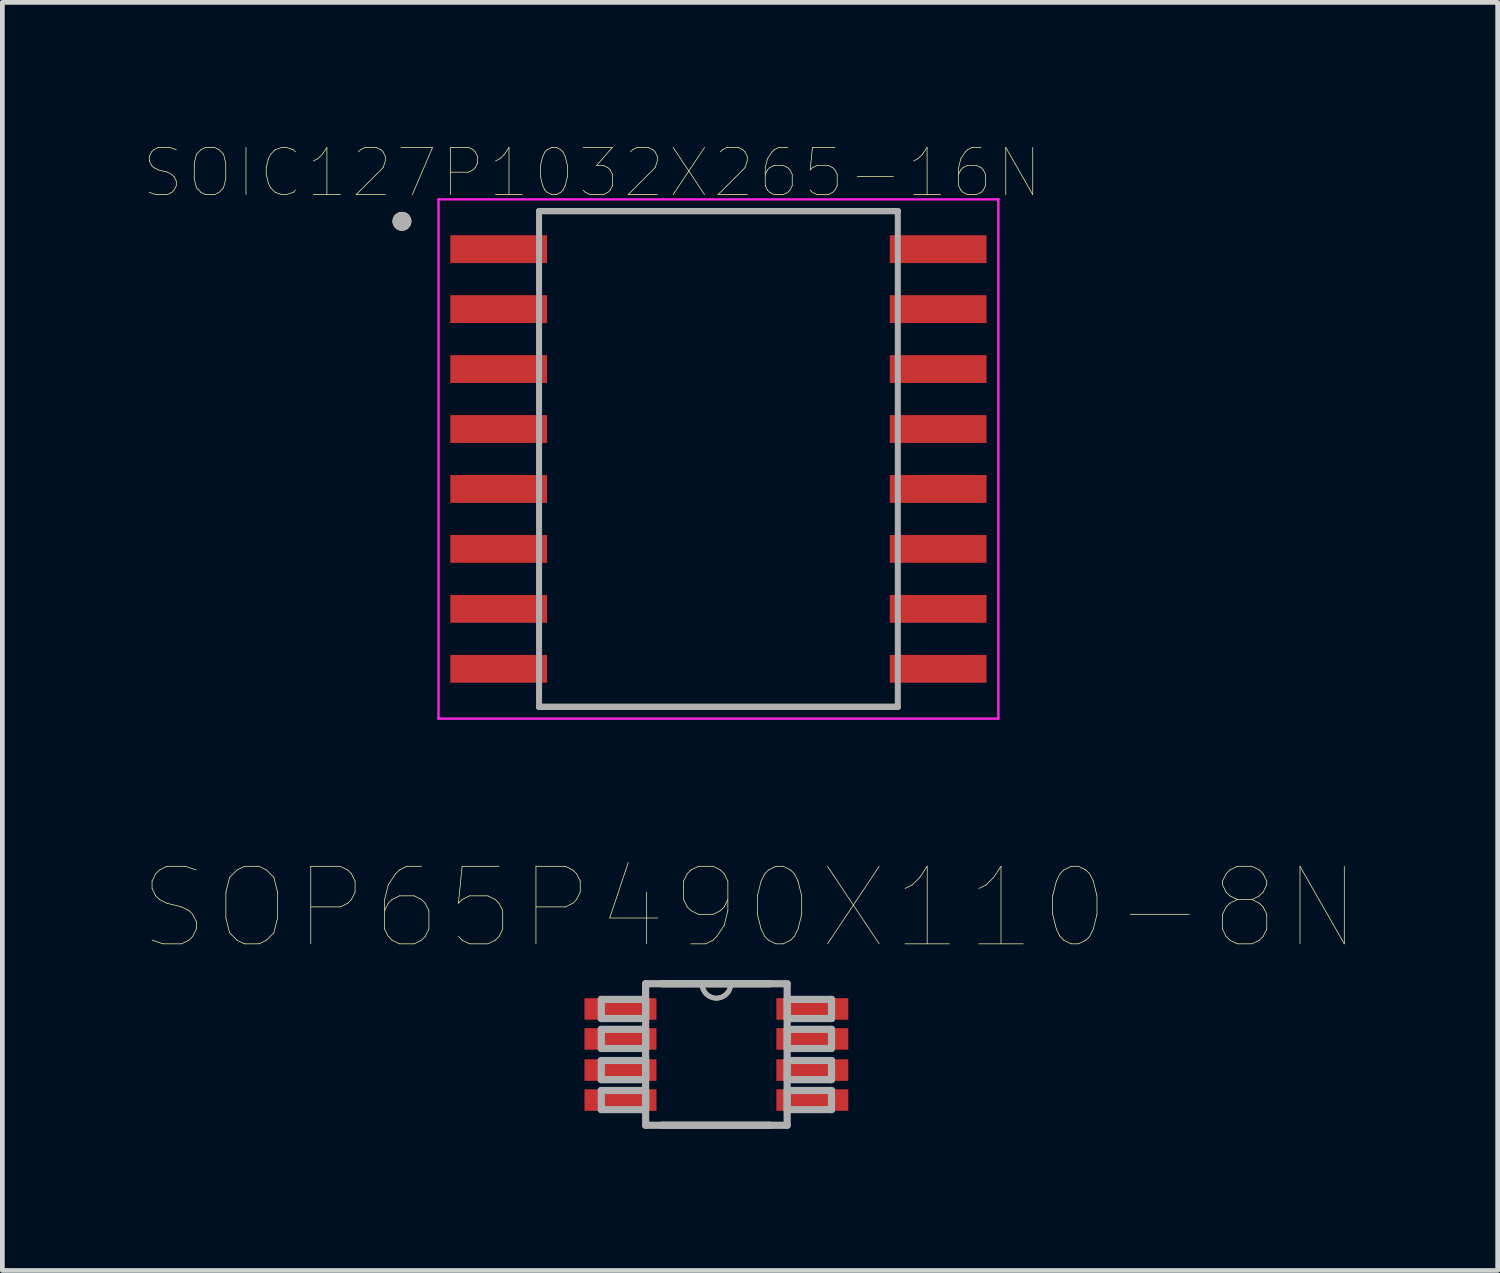
<source format=kicad_pcb>
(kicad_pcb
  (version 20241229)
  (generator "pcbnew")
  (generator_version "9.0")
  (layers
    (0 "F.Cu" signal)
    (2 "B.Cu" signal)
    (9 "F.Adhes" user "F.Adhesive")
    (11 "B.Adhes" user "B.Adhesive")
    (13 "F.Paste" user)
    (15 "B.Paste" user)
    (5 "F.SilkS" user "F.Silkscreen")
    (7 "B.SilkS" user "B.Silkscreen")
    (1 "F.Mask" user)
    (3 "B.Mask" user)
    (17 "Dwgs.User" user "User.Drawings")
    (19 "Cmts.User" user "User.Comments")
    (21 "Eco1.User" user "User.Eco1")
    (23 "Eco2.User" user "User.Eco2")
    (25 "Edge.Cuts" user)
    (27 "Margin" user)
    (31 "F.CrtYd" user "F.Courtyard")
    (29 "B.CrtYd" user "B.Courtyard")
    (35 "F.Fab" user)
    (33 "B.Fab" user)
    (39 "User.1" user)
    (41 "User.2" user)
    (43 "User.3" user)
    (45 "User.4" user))
  (footprint "SOIC127P1032X265-16N"
    (layer "F.Cu")
    (at 12.169 6.673)
    (property "Reference" "SOIC127P1032X265-16N" (at -2.675 -6.062 0) (layer "F.SilkS") (effects (font (size 1 1) (thickness 0.015))))
    (attr through_hole)
    (fp_line (start -3.8 -5.25) (end 3.8 -5.25) (stroke (width 0.127) (type solid)) (layer "F.SilkS"))
    (fp_line (start -3.8 5.25) (end 3.8 5.25) (stroke (width 0.127) (type solid)) (layer "F.SilkS"))
    (fp_circle (center -6.705 -5.035) (end -6.605 -5.035) (stroke (width 0.2) (type solid)) (fill no) (layer "F.SilkS"))
    (fp_line (start -5.93 -5.5) (end -5.93 5.5) (stroke (width 0.05) (type solid)) (layer "F.CrtYd"))
    (fp_line (start -5.93 -5.5) (end 5.93 -5.5) (stroke (width 0.05) (type solid)) (layer "F.CrtYd"))
    (fp_line (start -5.93 5.5) (end 5.93 5.5) (stroke (width 0.05) (type solid)) (layer "F.CrtYd"))
    (fp_line (start 5.93 -5.5) (end 5.93 5.5) (stroke (width 0.05) (type solid)) (layer "F.CrtYd"))
    (fp_line (start -3.8 -5.25) (end -3.8 5.25) (stroke (width 0.127) (type solid)) (layer "F.Fab"))
    (fp_line (start -3.8 -5.25) (end 3.8 -5.25) (stroke (width 0.127) (type solid)) (layer "F.Fab"))
    (fp_line (start -3.8 5.25) (end 3.8 5.25) (stroke (width 0.127) (type solid)) (layer "F.Fab"))
    (fp_line (start 3.8 -5.25) (end 3.8 5.25) (stroke (width 0.127) (type solid)) (layer "F.Fab"))
    (fp_circle (center -6.705 -5.035) (end -6.605 -5.035) (stroke (width 0.2) (type solid)) (fill no) (layer "F.Fab"))
    (pad "1" smd rect (at -4.655 -4.445) (size 2.05 0.59) (layers "F.Cu" "F.Mask" "F.Paste"))
    (pad "2" smd rect (at -4.655 -3.175) (size 2.05 0.59) (layers "F.Cu" "F.Mask" "F.Paste"))
    (pad "3" smd rect (at -4.655 -1.905) (size 2.05 0.59) (layers "F.Cu" "F.Mask" "F.Paste"))
    (pad "4" smd rect (at -4.655 -0.635) (size 2.05 0.59) (layers "F.Cu" "F.Mask" "F.Paste"))
    (pad "5" smd rect (at -4.655 0.635) (size 2.05 0.59) (layers "F.Cu" "F.Mask" "F.Paste"))
    (pad "6" smd rect (at -4.655 1.905) (size 2.05 0.59) (layers "F.Cu" "F.Mask" "F.Paste"))
    (pad "7" smd rect (at -4.655 3.175) (size 2.05 0.59) (layers "F.Cu" "F.Mask" "F.Paste"))
    (pad "8" smd rect (at -4.655 4.445) (size 2.05 0.59) (layers "F.Cu" "F.Mask" "F.Paste"))
    (pad "9" smd rect (at 4.655 4.445) (size 2.05 0.59) (layers "F.Cu" "F.Mask" "F.Paste"))
    (pad "10" smd rect (at 4.655 3.175) (size 2.05 0.59) (layers "F.Cu" "F.Mask" "F.Paste"))
    (pad "11" smd rect (at 4.655 1.905) (size 2.05 0.59) (layers "F.Cu" "F.Mask" "F.Paste"))
    (pad "12" smd rect (at 4.655 0.635) (size 2.05 0.59) (layers "F.Cu" "F.Mask" "F.Paste"))
    (pad "13" smd rect (at 4.655 -0.635) (size 2.05 0.59) (layers "F.Cu" "F.Mask" "F.Paste"))
    (pad "14" smd rect (at 4.655 -1.905) (size 2.05 0.59) (layers "F.Cu" "F.Mask" "F.Paste"))
    (pad "15" smd rect (at 4.655 -3.175) (size 2.05 0.59) (layers "F.Cu" "F.Mask" "F.Paste"))
    (pad "16" smd rect (at 4.655 -4.445) (size 2.05 0.59) (layers "F.Cu" "F.Mask" "F.Paste")))
  (footprint "SOP65P490X110-8N"
    (layer "F.Cu")
    (at 12.126 19.288)
    (property "Reference" "SOP65P490X110-8N" (at 0.712 -3.103 0) (layer "F.SilkS") (effects (font (size 1.642 1.642) (thickness 0.015))))
    (attr through_hole)
    (fp_line (start -1.143 1.499) (end 1.143 1.499) (stroke (width 0.152) (type solid)) (layer "F.SilkS"))
    (fp_line (start -0.305 -1.499) (end -1.143 -1.499) (stroke (width 0.152) (type solid)) (layer "F.SilkS"))
    (fp_line (start 0.305 -1.499) (end -0.305 -1.499) (stroke (width 0.152) (type solid)) (layer "F.SilkS"))
    (fp_line (start 1.143 -1.499) (end 0.305 -1.499) (stroke (width 0.152) (type solid)) (layer "F.SilkS"))
    (fp_arc (start 0.3048 -1.4986) (mid 0 -1.1938) (end -0.3048 -1.4986) (stroke (width 0.1) (type solid)) (layer "F.SilkS"))
    (fp_line (start -2.438 -1.168) (end -2.438 -0.762) (stroke (width 0.152) (type solid)) (layer "F.Fab"))
    (fp_line (start -2.438 -0.762) (end -1.499 -0.762) (stroke (width 0.152) (type solid)) (layer "F.Fab"))
    (fp_line (start -2.438 -0.533) (end -2.438 -0.127) (stroke (width 0.152) (type solid)) (layer "F.Fab"))
    (fp_line (start -2.438 -0.127) (end -1.499 -0.127) (stroke (width 0.152) (type solid)) (layer "F.Fab"))
    (fp_line (start -2.438 0.127) (end -2.438 0.533) (stroke (width 0.152) (type solid)) (layer "F.Fab"))
    (fp_line (start -2.438 0.533) (end -1.499 0.533) (stroke (width 0.152) (type solid)) (layer "F.Fab"))
    (fp_line (start -2.438 0.762) (end -2.438 1.168) (stroke (width 0.152) (type solid)) (layer "F.Fab"))
    (fp_line (start -2.438 1.168) (end -1.499 1.168) (stroke (width 0.152) (type solid)) (layer "F.Fab"))
    (fp_line (start -1.499 -1.499) (end -1.499 1.499) (stroke (width 0.152) (type solid)) (layer "F.Fab"))
    (fp_line (start -1.499 -1.168) (end -2.438 -1.168) (stroke (width 0.152) (type solid)) (layer "F.Fab"))
    (fp_line (start -1.499 -0.762) (end -1.499 -1.168) (stroke (width 0.152) (type solid)) (layer "F.Fab"))
    (fp_line (start -1.499 -0.533) (end -2.438 -0.533) (stroke (width 0.152) (type solid)) (layer "F.Fab"))
    (fp_line (start -1.499 -0.127) (end -1.499 -0.533) (stroke (width 0.152) (type solid)) (layer "F.Fab"))
    (fp_line (start -1.499 0.127) (end -2.438 0.127) (stroke (width 0.152) (type solid)) (layer "F.Fab"))
    (fp_line (start -1.499 0.533) (end -1.499 0.127) (stroke (width 0.152) (type solid)) (layer "F.Fab"))
    (fp_line (start -1.499 0.762) (end -2.438 0.762) (stroke (width 0.152) (type solid)) (layer "F.Fab"))
    (fp_line (start -1.499 1.168) (end -1.499 0.762) (stroke (width 0.152) (type solid)) (layer "F.Fab"))
    (fp_line (start -1.499 1.499) (end 1.499 1.499) (stroke (width 0.152) (type solid)) (layer "F.Fab"))
    (fp_line (start -0.305 -1.499) (end -1.499 -1.499) (stroke (width 0.152) (type solid)) (layer "F.Fab"))
    (fp_line (start 0.305 -1.499) (end -0.305 -1.499) (stroke (width 0.152) (type solid)) (layer "F.Fab"))
    (fp_line (start 1.499 -1.499) (end 0.305 -1.499) (stroke (width 0.152) (type solid)) (layer "F.Fab"))
    (fp_line (start 1.499 -1.168) (end 1.499 -0.762) (stroke (width 0.152) (type solid)) (layer "F.Fab"))
    (fp_line (start 1.499 -0.762) (end 2.438 -0.762) (stroke (width 0.152) (type solid)) (layer "F.Fab"))
    (fp_line (start 1.499 -0.533) (end 1.499 -0.127) (stroke (width 0.152) (type solid)) (layer "F.Fab"))
    (fp_line (start 1.499 -0.127) (end 2.438 -0.127) (stroke (width 0.152) (type solid)) (layer "F.Fab"))
    (fp_line (start 1.499 0.127) (end 1.499 0.533) (stroke (width 0.152) (type solid)) (layer "F.Fab"))
    (fp_line (start 1.499 0.533) (end 2.438 0.533) (stroke (width 0.152) (type solid)) (layer "F.Fab"))
    (fp_line (start 1.499 0.762) (end 1.499 1.168) (stroke (width 0.152) (type solid)) (layer "F.Fab"))
    (fp_line (start 1.499 1.168) (end 2.438 1.168) (stroke (width 0.152) (type solid)) (layer "F.Fab"))
    (fp_line (start 1.499 1.499) (end 1.499 -1.499) (stroke (width 0.152) (type solid)) (layer "F.Fab"))
    (fp_line (start 2.438 -1.168) (end 1.499 -1.168) (stroke (width 0.152) (type solid)) (layer "F.Fab"))
    (fp_line (start 2.438 -0.762) (end 2.438 -1.168) (stroke (width 0.152) (type solid)) (layer "F.Fab"))
    (fp_line (start 2.438 -0.533) (end 1.499 -0.533) (stroke (width 0.152) (type solid)) (layer "F.Fab"))
    (fp_line (start 2.438 -0.127) (end 2.438 -0.533) (stroke (width 0.152) (type solid)) (layer "F.Fab"))
    (fp_line (start 2.438 0.127) (end 1.499 0.127) (stroke (width 0.152) (type solid)) (layer "F.Fab"))
    (fp_line (start 2.438 0.533) (end 2.438 0.127) (stroke (width 0.152) (type solid)) (layer "F.Fab"))
    (fp_line (start 2.438 0.762) (end 1.499 0.762) (stroke (width 0.152) (type solid)) (layer "F.Fab"))
    (fp_line (start 2.438 1.168) (end 2.438 0.762) (stroke (width 0.152) (type solid)) (layer "F.Fab"))
    (fp_arc (start 0.3048 -1.4986) (mid 0 -1.1938) (end -0.3048 -1.4986) (stroke (width 0.1) (type solid)) (layer "F.Fab"))
    (pad "1" smd rect (at -2.032 -0.965) (size 1.524 0.457) (layers "F.Cu" "F.Mask" "F.Paste"))
    (pad "2" smd rect (at -2.032 -0.33) (size 1.524 0.457) (layers "F.Cu" "F.Mask" "F.Paste"))
    (pad "3" smd rect (at -2.032 0.33) (size 1.524 0.457) (layers "F.Cu" "F.Mask" "F.Paste"))
    (pad "4" smd rect (at -2.032 0.965) (size 1.524 0.457) (layers "F.Cu" "F.Mask" "F.Paste"))
    (pad "5" smd rect (at 2.032 0.965) (size 1.524 0.457) (layers "F.Cu" "F.Mask" "F.Paste"))
    (pad "6" smd rect (at 2.032 0.33) (size 1.524 0.457) (layers "F.Cu" "F.Mask" "F.Paste"))
    (pad "7" smd rect (at 2.032 -0.33) (size 1.524 0.457) (layers "F.Cu" "F.Mask" "F.Paste"))
    (pad "8" smd rect (at 2.032 -0.965) (size 1.524 0.457) (layers "F.Cu" "F.Mask" "F.Paste")))
  (gr_rect
    (start -3 -3)
    (end 28.676 23.863)
    (stroke (width 0.1) (type default))
    (fill no)
    (layer "Edge.Cuts")))
</source>
